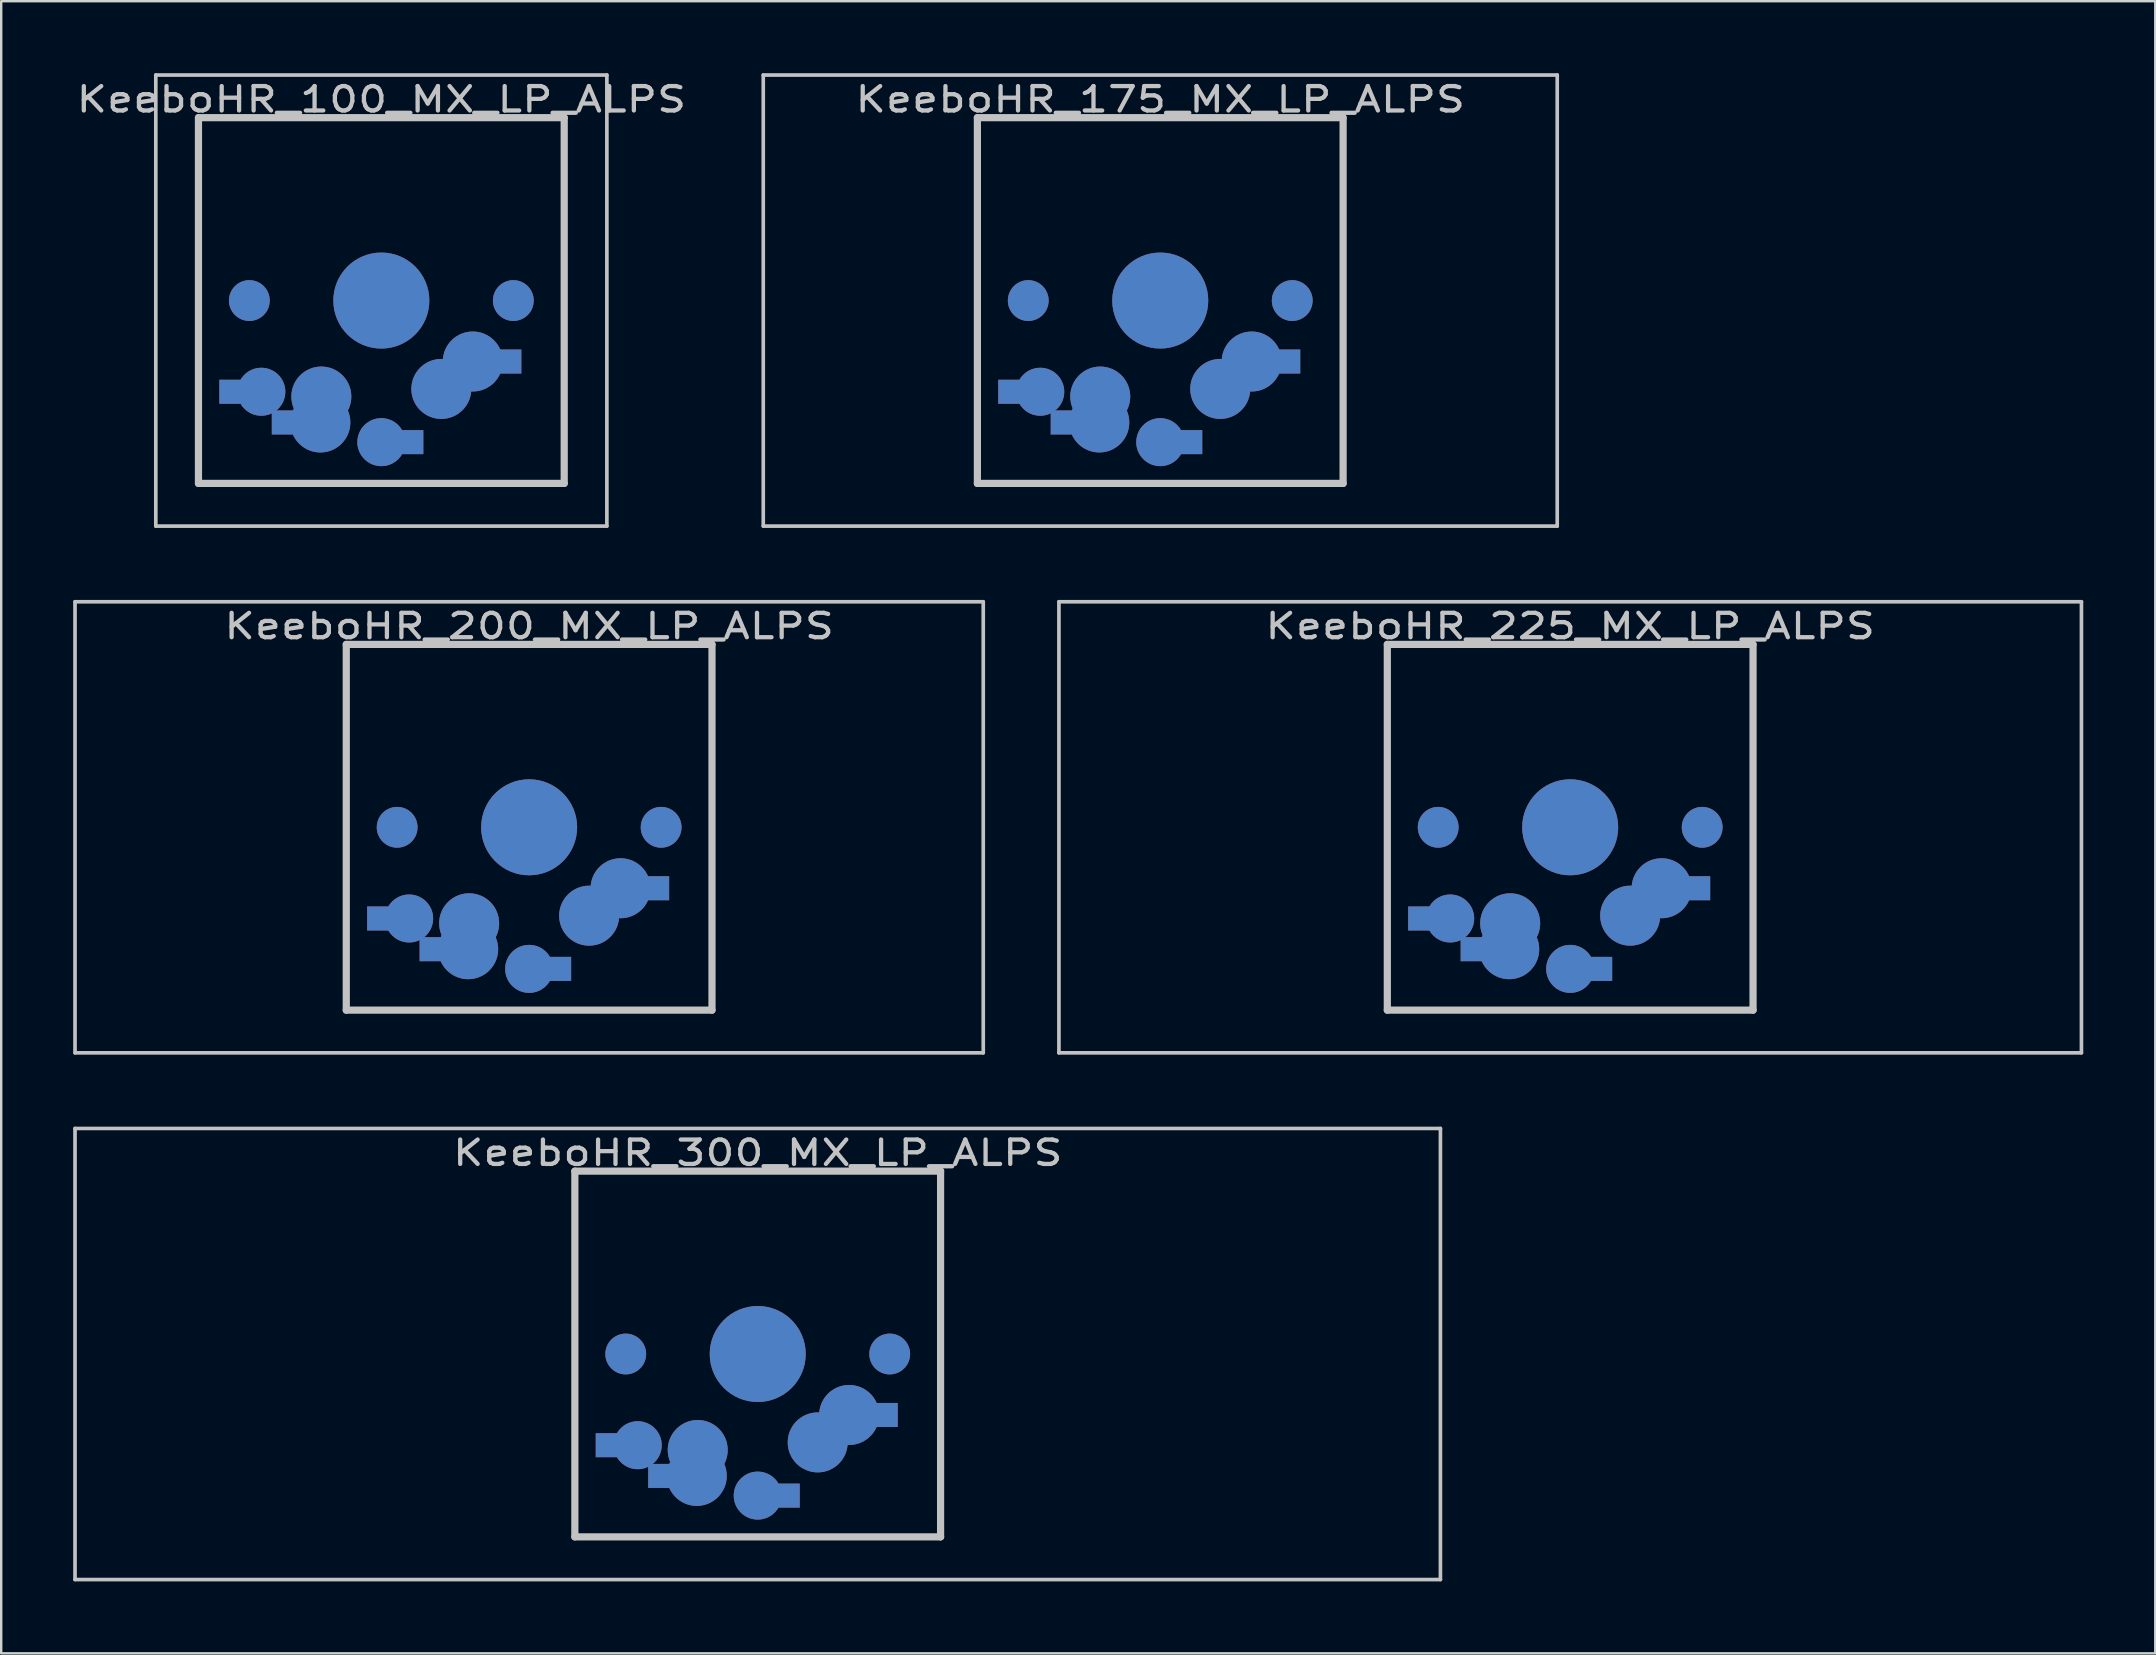
<source format=kicad_pcb>
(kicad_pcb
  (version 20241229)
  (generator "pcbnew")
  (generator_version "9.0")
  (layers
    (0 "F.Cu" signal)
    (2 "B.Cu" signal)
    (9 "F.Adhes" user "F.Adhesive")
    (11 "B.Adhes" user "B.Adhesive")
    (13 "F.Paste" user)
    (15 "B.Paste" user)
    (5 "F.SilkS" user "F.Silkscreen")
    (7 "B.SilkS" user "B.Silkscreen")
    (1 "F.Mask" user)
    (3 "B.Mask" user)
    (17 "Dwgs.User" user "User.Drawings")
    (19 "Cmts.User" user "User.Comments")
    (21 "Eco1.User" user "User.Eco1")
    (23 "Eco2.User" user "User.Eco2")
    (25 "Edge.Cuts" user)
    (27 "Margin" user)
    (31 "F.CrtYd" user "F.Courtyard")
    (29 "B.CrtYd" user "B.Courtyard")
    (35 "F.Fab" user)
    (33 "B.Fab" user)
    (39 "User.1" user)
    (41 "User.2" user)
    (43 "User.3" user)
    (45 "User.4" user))
  (footprint "KeeboHR_225_MX_LP_ALPS"
    (layer "F.Cu")
    (at 62.379 31.423)
    (property "Reference" "KeeboHR_225_MX_LP_ALPS" (at 0 -8.382 0) (layer "Dwgs.User") (effects (font (size 1.016 1.27) (thickness 0.178))))
    (attr through_hole)
    (fp_line (start -21.304 -9.398) (end 21.304 -9.398) (stroke (width 0.152) (type solid)) (layer "Dwgs.User"))
    (fp_line (start -21.304 9.398) (end -21.304 -9.398) (stroke (width 0.152) (type solid)) (layer "Dwgs.User"))
    (fp_line (start -7.62 -7.62) (end 7.62 -7.62) (stroke (width 0.3) (type solid)) (layer "Dwgs.User"))
    (fp_line (start -7.62 7.62) (end -7.62 -7.62) (stroke (width 0.3) (type solid)) (layer "Dwgs.User"))
    (fp_line (start 7.62 -7.62) (end 7.62 7.62) (stroke (width 0.3) (type solid)) (layer "Dwgs.User"))
    (fp_line (start 7.62 7.62) (end -7.62 7.62) (stroke (width 0.3) (type solid)) (layer "Dwgs.User"))
    (fp_line (start 21.304 -9.398) (end 21.304 9.398) (stroke (width 0.152) (type solid)) (layer "Dwgs.User"))
    (fp_line (start 21.304 9.398) (end -21.304 9.398) (stroke (width 0.152) (type solid)) (layer "Dwgs.User"))
    (pad "" smd circle (at -5.5 0) (size 1.7 1.7) (layers "*.Cu" "*.Mask"))
    (pad "" smd circle (at 0 0) (size 4 4) (layers "*.Cu" "*.Mask"))
    (pad "" smd circle (at 5.5 0) (size 1.7 1.7) (layers "*.Cu" "*.Mask"))
    (pad "1" smd circle (at 0 5.9) (size 2 2) (layers "*.Cu" "*.Mask"))
    (pad "1" smd rect (at 1.25 5.9) (size 1 1) (layers "*.Cu" "*.Mask"))
    (pad "1" smd circle (at 2.5 3.683) (size 2.5 2.5) (layers "*.Cu" "*.Mask"))
    (pad "1" smd circle (at 3.81 2.54) (size 2.5 2.5) (layers "*.Cu" "*.Mask"))
    (pad "1" smd rect (at 5.334 2.54) (size 1 1) (layers "*.Cu" "*.Mask"))
    (pad "2" smd rect (at -6.25 3.8) (size 1 1) (layers "*.Cu" "*.Mask"))
    (pad "2" smd circle (at -5 3.8) (size 2 2) (layers "*.Cu" "*.Mask"))
    (pad "2" smd rect (at -4.064 5.08) (size 1 1) (layers "*.Cu" "*.Mask"))
    (pad "2" smd circle (at -2.54 5.08) (size 2.5 2.5) (layers "*.Cu" "*.Mask"))
    (pad "2" smd circle (at -2.5 4) (size 2.5 2.5) (layers "*.Cu" "*.Mask")))
  (footprint "KeeboHR_175_MX_LP_ALPS"
    (layer "F.Cu")
    (at 45.297 9.474)
    (property "Reference" "KeeboHR_175_MX_LP_ALPS" (at 0 -8.382 0) (layer "Dwgs.User") (effects (font (size 1.016 1.27) (thickness 0.178))))
    (attr through_hole)
    (fp_line (start -16.542 -9.398) (end 16.542 -9.398) (stroke (width 0.152) (type solid)) (layer "Dwgs.User"))
    (fp_line (start -16.542 9.398) (end -16.542 -9.398) (stroke (width 0.152) (type solid)) (layer "Dwgs.User"))
    (fp_line (start -7.62 -7.62) (end 7.62 -7.62) (stroke (width 0.3) (type solid)) (layer "Dwgs.User"))
    (fp_line (start -7.62 7.62) (end -7.62 -7.62) (stroke (width 0.3) (type solid)) (layer "Dwgs.User"))
    (fp_line (start 7.62 -7.62) (end 7.62 7.62) (stroke (width 0.3) (type solid)) (layer "Dwgs.User"))
    (fp_line (start 7.62 7.62) (end -7.62 7.62) (stroke (width 0.3) (type solid)) (layer "Dwgs.User"))
    (fp_line (start 16.542 -9.398) (end 16.542 9.398) (stroke (width 0.152) (type solid)) (layer "Dwgs.User"))
    (fp_line (start 16.542 9.398) (end -16.542 9.398) (stroke (width 0.152) (type solid)) (layer "Dwgs.User"))
    (pad "" smd circle (at -5.5 0) (size 1.7 1.7) (layers "*.Cu" "*.Mask"))
    (pad "" smd circle (at 0 0) (size 4 4) (layers "*.Cu" "*.Mask"))
    (pad "" smd circle (at 5.5 0) (size 1.7 1.7) (layers "*.Cu" "*.Mask"))
    (pad "1" smd circle (at 0 5.9) (size 2 2) (layers "*.Cu" "*.Mask"))
    (pad "1" smd rect (at 1.25 5.9) (size 1 1) (layers "*.Cu" "*.Mask"))
    (pad "1" smd circle (at 2.5 3.683) (size 2.5 2.5) (layers "*.Cu" "*.Mask"))
    (pad "1" smd circle (at 3.81 2.54) (size 2.5 2.5) (layers "*.Cu" "*.Mask"))
    (pad "1" smd rect (at 5.334 2.54) (size 1 1) (layers "*.Cu" "*.Mask"))
    (pad "2" smd rect (at -6.25 3.8) (size 1 1) (layers "*.Cu" "*.Mask"))
    (pad "2" smd circle (at -5 3.8) (size 2 2) (layers "*.Cu" "*.Mask"))
    (pad "2" smd rect (at -4.064 5.08) (size 1 1) (layers "*.Cu" "*.Mask"))
    (pad "2" smd circle (at -2.54 5.08) (size 2.5 2.5) (layers "*.Cu" "*.Mask"))
    (pad "2" smd circle (at -2.5 4) (size 2.5 2.5) (layers "*.Cu" "*.Mask")))
  (footprint "KeeboHR_300_MX_LP_ALPS"
    (layer "F.Cu")
    (at 28.524 53.371)
    (property "Reference" "KeeboHR_300_MX_LP_ALPS" (at 0 -8.382 0) (layer "Dwgs.User") (effects (font (size 1.016 1.27) (thickness 0.178))))
    (attr through_hole)
    (fp_line (start -28.448 -9.398) (end 28.448 -9.398) (stroke (width 0.152) (type solid)) (layer "Dwgs.User"))
    (fp_line (start -28.448 9.398) (end -28.448 -9.398) (stroke (width 0.152) (type solid)) (layer "Dwgs.User"))
    (fp_line (start -7.62 -7.62) (end 7.62 -7.62) (stroke (width 0.3) (type solid)) (layer "Dwgs.User"))
    (fp_line (start -7.62 7.62) (end -7.62 -7.62) (stroke (width 0.3) (type solid)) (layer "Dwgs.User"))
    (fp_line (start 7.62 -7.62) (end 7.62 7.62) (stroke (width 0.3) (type solid)) (layer "Dwgs.User"))
    (fp_line (start 7.62 7.62) (end -7.62 7.62) (stroke (width 0.3) (type solid)) (layer "Dwgs.User"))
    (fp_line (start 28.448 -9.398) (end 28.448 9.398) (stroke (width 0.152) (type solid)) (layer "Dwgs.User"))
    (fp_line (start 28.448 9.398) (end -28.448 9.398) (stroke (width 0.152) (type solid)) (layer "Dwgs.User"))
    (pad "" smd circle (at -5.5 0) (size 1.7 1.7) (layers "*.Cu" "*.Mask"))
    (pad "" smd circle (at 0 0) (size 4 4) (layers "*.Cu" "*.Mask"))
    (pad "" smd circle (at 5.5 0) (size 1.7 1.7) (layers "*.Cu" "*.Mask"))
    (pad "1" smd circle (at 0 5.9) (size 2 2) (layers "*.Cu" "*.Mask"))
    (pad "1" smd rect (at 1.25 5.9) (size 1 1) (layers "*.Cu" "*.Mask"))
    (pad "1" smd circle (at 2.5 3.683) (size 2.5 2.5) (layers "*.Cu" "*.Mask"))
    (pad "1" smd circle (at 3.81 2.54) (size 2.5 2.5) (layers "*.Cu" "*.Mask"))
    (pad "1" smd rect (at 5.334 2.54) (size 1 1) (layers "*.Cu" "*.Mask"))
    (pad "2" smd rect (at -6.25 3.8) (size 1 1) (layers "*.Cu" "*.Mask"))
    (pad "2" smd circle (at -5 3.8) (size 2 2) (layers "*.Cu" "*.Mask"))
    (pad "2" smd rect (at -4.064 5.08) (size 1 1) (layers "*.Cu" "*.Mask"))
    (pad "2" smd circle (at -2.54 5.08) (size 2.5 2.5) (layers "*.Cu" "*.Mask"))
    (pad "2" smd circle (at -2.5 4) (size 2.5 2.5) (layers "*.Cu" "*.Mask")))
  (footprint "KeeboHR_100_MX_LP_ALPS"
    (layer "F.Cu")
    (at 12.84 9.474)
    (property "Reference" "KeeboHR_100_MX_LP_ALPS" (at 0 -8.382 0) (layer "Dwgs.User") (effects (font (size 1.016 1.27) (thickness 0.178))))
    (attr through_hole)
    (fp_line (start -9.398 -9.398) (end 9.398 -9.398) (stroke (width 0.152) (type solid)) (layer "Dwgs.User"))
    (fp_line (start -9.398 9.398) (end -9.398 -9.398) (stroke (width 0.152) (type solid)) (layer "Dwgs.User"))
    (fp_line (start -7.62 -7.62) (end 7.62 -7.62) (stroke (width 0.3) (type solid)) (layer "Dwgs.User"))
    (fp_line (start -7.62 7.62) (end -7.62 -7.62) (stroke (width 0.3) (type solid)) (layer "Dwgs.User"))
    (fp_line (start 7.62 -7.62) (end 7.62 7.62) (stroke (width 0.3) (type solid)) (layer "Dwgs.User"))
    (fp_line (start 7.62 7.62) (end -7.62 7.62) (stroke (width 0.3) (type solid)) (layer "Dwgs.User"))
    (fp_line (start 9.398 -9.398) (end 9.398 9.398) (stroke (width 0.152) (type solid)) (layer "Dwgs.User"))
    (fp_line (start 9.398 9.398) (end -9.398 9.398) (stroke (width 0.152) (type solid)) (layer "Dwgs.User"))
    (pad "" smd circle (at -5.5 0) (size 1.7 1.7) (layers "*.Cu" "*.Mask"))
    (pad "" smd circle (at 0 0) (size 4 4) (layers "*.Cu" "*.Mask"))
    (pad "" smd circle (at 5.5 0) (size 1.7 1.7) (layers "*.Cu" "*.Mask"))
    (pad "1" smd circle (at 0 5.9) (size 2 2) (layers "*.Cu" "*.Mask"))
    (pad "1" smd rect (at 1.25 5.9) (size 1 1) (layers "*.Cu" "*.Mask"))
    (pad "1" smd circle (at 2.5 3.683) (size 2.5 2.5) (layers "*.Cu" "*.Mask"))
    (pad "1" smd circle (at 3.81 2.54) (size 2.5 2.5) (layers "*.Cu" "*.Mask"))
    (pad "1" smd rect (at 5.334 2.54) (size 1 1) (layers "*.Cu" "*.Mask"))
    (pad "2" smd rect (at -6.25 3.8) (size 1 1) (layers "*.Cu" "*.Mask"))
    (pad "2" smd circle (at -5 3.8) (size 2 2) (layers "*.Cu" "*.Mask"))
    (pad "2" smd rect (at -4.064 5.08) (size 1 1) (layers "*.Cu" "*.Mask"))
    (pad "2" smd circle (at -2.54 5.08) (size 2.5 2.5) (layers "*.Cu" "*.Mask"))
    (pad "2" smd circle (at -2.5 4) (size 2.5 2.5) (layers "*.Cu" "*.Mask")))
  (footprint "KeeboHR_200_MX_LP_ALPS"
    (layer "F.Cu")
    (at 18.999 31.423)
    (property "Reference" "KeeboHR_200_MX_LP_ALPS" (at 0 -8.382 0) (layer "Dwgs.User") (effects (font (size 1.016 1.27) (thickness 0.178))))
    (attr through_hole)
    (fp_line (start -18.923 -9.398) (end 18.923 -9.398) (stroke (width 0.152) (type solid)) (layer "Dwgs.User"))
    (fp_line (start -18.923 9.398) (end -18.923 -9.398) (stroke (width 0.152) (type solid)) (layer "Dwgs.User"))
    (fp_line (start -7.62 -7.62) (end 7.62 -7.62) (stroke (width 0.3) (type solid)) (layer "Dwgs.User"))
    (fp_line (start -7.62 7.62) (end -7.62 -7.62) (stroke (width 0.3) (type solid)) (layer "Dwgs.User"))
    (fp_line (start 7.62 -7.62) (end 7.62 7.62) (stroke (width 0.3) (type solid)) (layer "Dwgs.User"))
    (fp_line (start 7.62 7.62) (end -7.62 7.62) (stroke (width 0.3) (type solid)) (layer "Dwgs.User"))
    (fp_line (start 18.923 -9.398) (end 18.923 9.398) (stroke (width 0.152) (type solid)) (layer "Dwgs.User"))
    (fp_line (start 18.923 9.398) (end -18.923 9.398) (stroke (width 0.152) (type solid)) (layer "Dwgs.User"))
    (pad "" smd circle (at -5.5 0) (size 1.7 1.7) (layers "*.Cu" "*.Mask"))
    (pad "" smd circle (at 0 0) (size 4 4) (layers "*.Cu" "*.Mask"))
    (pad "" smd circle (at 5.5 0) (size 1.7 1.7) (layers "*.Cu" "*.Mask"))
    (pad "1" smd circle (at 0 5.9) (size 2 2) (layers "*.Cu" "*.Mask"))
    (pad "1" smd rect (at 1.25 5.9) (size 1 1) (layers "*.Cu" "*.Mask"))
    (pad "1" smd circle (at 2.5 3.683) (size 2.5 2.5) (layers "*.Cu" "*.Mask"))
    (pad "1" smd circle (at 3.81 2.54) (size 2.5 2.5) (layers "*.Cu" "*.Mask"))
    (pad "1" smd rect (at 5.334 2.54) (size 1 1) (layers "*.Cu" "*.Mask"))
    (pad "2" smd rect (at -6.25 3.8) (size 1 1) (layers "*.Cu" "*.Mask"))
    (pad "2" smd circle (at -5 3.8) (size 2 2) (layers "*.Cu" "*.Mask"))
    (pad "2" smd rect (at -4.064 5.08) (size 1 1) (layers "*.Cu" "*.Mask"))
    (pad "2" smd circle (at -2.54 5.08) (size 2.5 2.5) (layers "*.Cu" "*.Mask"))
    (pad "2" smd circle (at -2.5 4) (size 2.5 2.5) (layers "*.Cu" "*.Mask")))
  (gr_rect
    (start -3 -3)
    (end 86.759 65.845)
    (stroke (width 0.1) (type default))
    (fill no)
    (layer "Edge.Cuts")))
</source>
